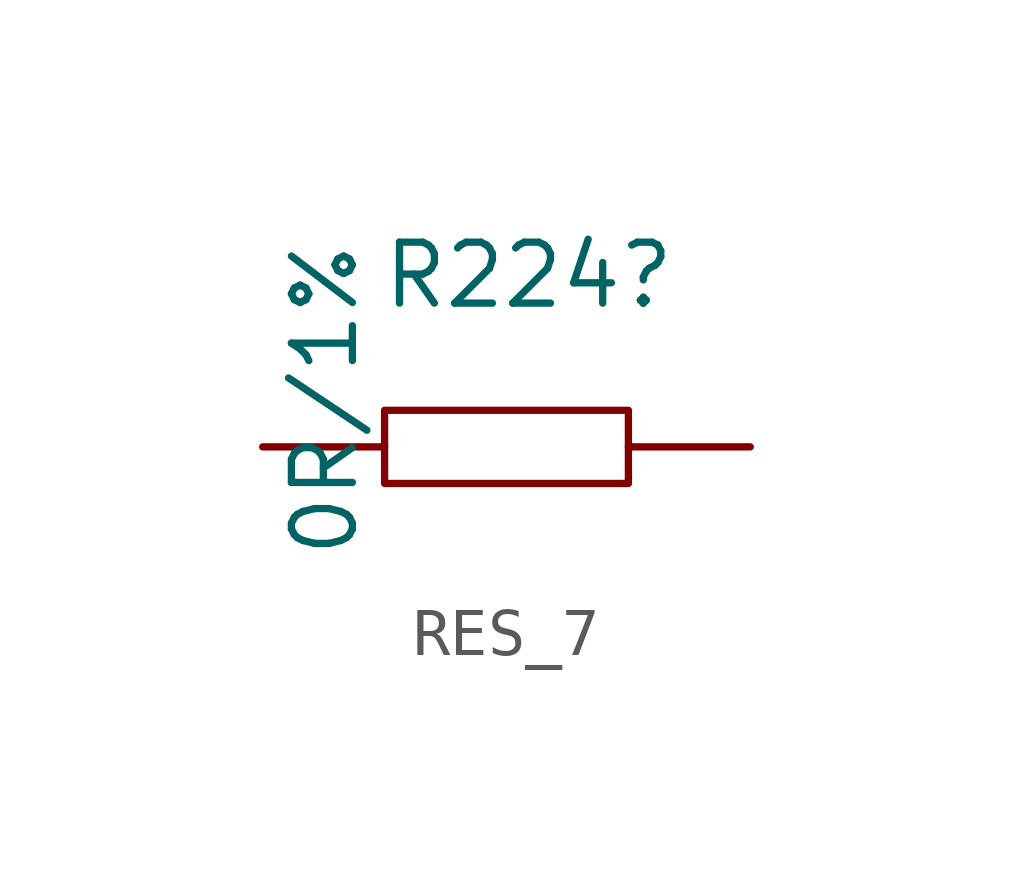
<source format=kicad_sym>
(kicad_symbol_lib
  (version 20241209)
  (generator "kicad_symbol_editor")
  (generator_version "9.0")
  (symbol "RES_7"
    (pin_numbers
      (hide yes))
    (pin_names
      (hide yes))
    (property "Reference" "R224"
      (at 6.096 1.778 0)
      (effects (font (size 1.27 1.27)) (justify right top)))
    (property "Value" "0R/1%"
      (at -0.508 1.778 90)
      (effects (font (size 1.27 1.27)) (justify right bottom)))
    (symbol "RES_7_1_0"
      (rectangle (start 0 -1.778) (end 5.08 -3.302) (stroke (width 0) (type default)) (fill (type none)))
      (pin passive line (at -2.54 -2.54 0) (length 2.54) (name "1" (effects (font (size 1.27 1.27)))) (number "1" (effects (font (size 1.27 1.27)))))
      (pin passive line (at 7.62 -2.54 180) (length 2.54) (name "2" (effects (font (size 1.27 1.27)))) (number "2" (effects (font (size 1.27 1.27))))))))
</source>
